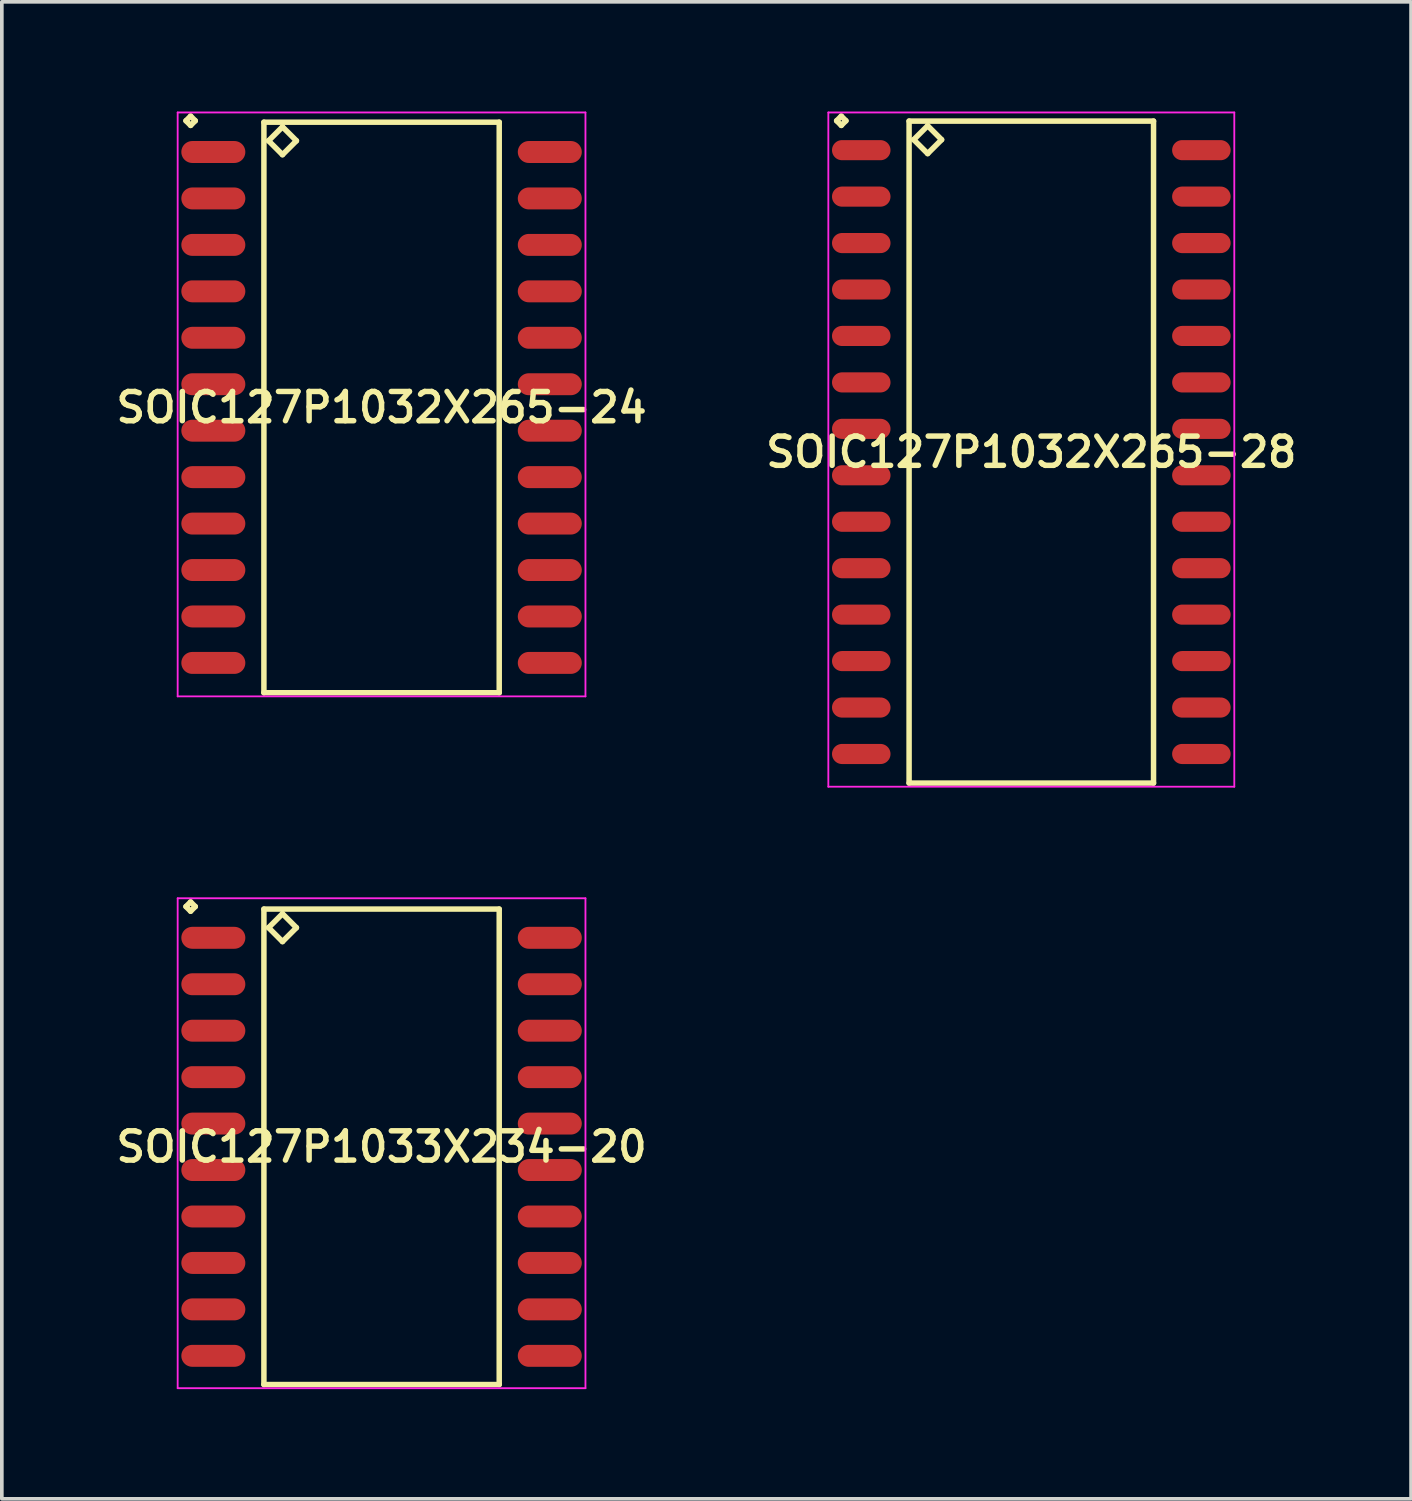
<source format=kicad_pcb>
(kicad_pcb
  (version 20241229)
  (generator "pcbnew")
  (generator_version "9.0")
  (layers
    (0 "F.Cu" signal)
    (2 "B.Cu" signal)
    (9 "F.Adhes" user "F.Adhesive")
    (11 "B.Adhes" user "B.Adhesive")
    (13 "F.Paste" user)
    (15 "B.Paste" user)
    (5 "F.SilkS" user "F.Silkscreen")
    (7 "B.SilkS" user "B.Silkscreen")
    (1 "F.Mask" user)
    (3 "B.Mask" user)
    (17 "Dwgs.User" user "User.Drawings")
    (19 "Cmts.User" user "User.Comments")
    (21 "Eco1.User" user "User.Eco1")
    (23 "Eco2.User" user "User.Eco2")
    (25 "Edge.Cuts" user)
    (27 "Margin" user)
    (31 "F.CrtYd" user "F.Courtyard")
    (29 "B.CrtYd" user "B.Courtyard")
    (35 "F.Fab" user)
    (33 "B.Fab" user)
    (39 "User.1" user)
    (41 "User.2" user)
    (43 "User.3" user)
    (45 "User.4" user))
  (footprint "SOIC127P1032X265-28"
    (layer "F.Cu")
    (at 25.149 9.311)
    (property "Reference" "SOIC127P1032X265-28" (at 0 0 0) (layer "F.SilkS") (effects (font (size 0.8 0.8) (thickness 0.15))))
    (attr smd)
    (fp_line (start -5.323 -9.059) (end -5.196 -9.186) (stroke (width 0.15) (type solid)) (layer "F.SilkS"))
    (fp_line (start -5.196 -9.186) (end -5.069 -9.059) (stroke (width 0.15) (type solid)) (layer "F.SilkS"))
    (fp_line (start -5.196 -8.932) (end -5.323 -9.059) (stroke (width 0.15) (type solid)) (layer "F.SilkS"))
    (fp_line (start -5.069 -9.059) (end -5.196 -8.932) (stroke (width 0.15) (type solid)) (layer "F.SilkS"))
    (fp_line (start -3.342 -9.05) (end -3.342 9.05) (stroke (width 0.15) (type solid)) (layer "F.SilkS"))
    (fp_line (start -3.342 9.05) (end 3.342 9.05) (stroke (width 0.15) (type solid)) (layer "F.SilkS"))
    (fp_line (start -3.215 -8.542) (end -2.834 -8.923) (stroke (width 0.15) (type solid)) (layer "F.SilkS"))
    (fp_line (start -2.834 -8.923) (end -2.453 -8.542) (stroke (width 0.15) (type solid)) (layer "F.SilkS"))
    (fp_line (start -2.834 -8.161) (end -3.215 -8.542) (stroke (width 0.15) (type solid)) (layer "F.SilkS"))
    (fp_line (start -2.453 -8.542) (end -2.834 -8.161) (stroke (width 0.15) (type solid)) (layer "F.SilkS"))
    (fp_line (start 3.342 -9.05) (end -3.342 -9.05) (stroke (width 0.15) (type solid)) (layer "F.SilkS"))
    (fp_line (start 3.342 9.05) (end 3.342 -9.05) (stroke (width 0.15) (type solid)) (layer "F.SilkS"))
    (fp_line (start -5.55 -9.286) (end 5.55 -9.286) (stroke (width 0.05) (type solid)) (layer "F.CrtYd"))
    (fp_line (start -5.55 9.15) (end -5.55 -9.286) (stroke (width 0.05) (type solid)) (layer "F.CrtYd"))
    (fp_line (start 5.55 -9.286) (end 5.55 9.15) (stroke (width 0.05) (type solid)) (layer "F.CrtYd"))
    (fp_line (start 5.55 9.15) (end -5.55 9.15) (stroke (width 0.05) (type solid)) (layer "F.CrtYd"))
    (pad "1" smd oval (at -4.65 -8.255) (size 1.6 0.55) (layers "F.Cu" "F.Mask" "F.Paste"))
    (pad "2" smd oval (at -4.65 -6.985) (size 1.6 0.55) (layers "F.Cu" "F.Mask" "F.Paste"))
    (pad "3" smd oval (at -4.65 -5.715) (size 1.6 0.55) (layers "F.Cu" "F.Mask" "F.Paste"))
    (pad "4" smd oval (at -4.65 -4.445) (size 1.6 0.55) (layers "F.Cu" "F.Mask" "F.Paste"))
    (pad "5" smd oval (at -4.65 -3.175) (size 1.6 0.55) (layers "F.Cu" "F.Mask" "F.Paste"))
    (pad "6" smd oval (at -4.65 -1.905) (size 1.6 0.55) (layers "F.Cu" "F.Mask" "F.Paste"))
    (pad "7" smd oval (at -4.65 -0.635) (size 1.6 0.55) (layers "F.Cu" "F.Mask" "F.Paste"))
    (pad "8" smd oval (at -4.65 0.635) (size 1.6 0.55) (layers "F.Cu" "F.Mask" "F.Paste"))
    (pad "9" smd oval (at -4.65 1.905) (size 1.6 0.55) (layers "F.Cu" "F.Mask" "F.Paste"))
    (pad "10" smd oval (at -4.65 3.175) (size 1.6 0.55) (layers "F.Cu" "F.Mask" "F.Paste"))
    (pad "11" smd oval (at -4.65 4.445) (size 1.6 0.55) (layers "F.Cu" "F.Mask" "F.Paste"))
    (pad "12" smd oval (at -4.65 5.715) (size 1.6 0.55) (layers "F.Cu" "F.Mask" "F.Paste"))
    (pad "13" smd oval (at -4.65 6.985) (size 1.6 0.55) (layers "F.Cu" "F.Mask" "F.Paste"))
    (pad "14" smd oval (at -4.65 8.255) (size 1.6 0.55) (layers "F.Cu" "F.Mask" "F.Paste"))
    (pad "15" smd oval (at 4.65 8.255) (size 1.6 0.55) (layers "F.Cu" "F.Mask" "F.Paste"))
    (pad "16" smd oval (at 4.65 6.985) (size 1.6 0.55) (layers "F.Cu" "F.Mask" "F.Paste"))
    (pad "17" smd oval (at 4.65 5.715) (size 1.6 0.55) (layers "F.Cu" "F.Mask" "F.Paste"))
    (pad "18" smd oval (at 4.65 4.445) (size 1.6 0.55) (layers "F.Cu" "F.Mask" "F.Paste"))
    (pad "19" smd oval (at 4.65 3.175) (size 1.6 0.55) (layers "F.Cu" "F.Mask" "F.Paste"))
    (pad "20" smd oval (at 4.65 1.905) (size 1.6 0.55) (layers "F.Cu" "F.Mask" "F.Paste"))
    (pad "21" smd oval (at 4.65 0.635) (size 1.6 0.55) (layers "F.Cu" "F.Mask" "F.Paste"))
    (pad "22" smd oval (at 4.65 -0.635) (size 1.6 0.55) (layers "F.Cu" "F.Mask" "F.Paste"))
    (pad "23" smd oval (at 4.65 -1.905) (size 1.6 0.55) (layers "F.Cu" "F.Mask" "F.Paste"))
    (pad "24" smd oval (at 4.65 -3.175) (size 1.6 0.55) (layers "F.Cu" "F.Mask" "F.Paste"))
    (pad "25" smd oval (at 4.65 -4.445) (size 1.6 0.55) (layers "F.Cu" "F.Mask" "F.Paste"))
    (pad "26" smd oval (at 4.65 -5.715) (size 1.6 0.55) (layers "F.Cu" "F.Mask" "F.Paste"))
    (pad "27" smd oval (at 4.65 -6.985) (size 1.6 0.55) (layers "F.Cu" "F.Mask" "F.Paste"))
    (pad "28" smd oval (at 4.65 -8.255) (size 1.6 0.55) (layers "F.Cu" "F.Mask" "F.Paste")))
  (footprint "SOIC127P1032X265-24"
    (layer "F.Cu")
    (at 7.383 8.091)
    (property "Reference" "SOIC127P1032X265-24" (at 0 0 0) (layer "F.SilkS") (effects (font (size 0.8 0.8) (thickness 0.15))))
    (attr smd)
    (fp_line (start -5.348 -7.839) (end -5.221 -7.966) (stroke (width 0.15) (type solid)) (layer "F.SilkS"))
    (fp_line (start -5.221 -7.966) (end -5.094 -7.839) (stroke (width 0.15) (type solid)) (layer "F.SilkS"))
    (fp_line (start -5.221 -7.712) (end -5.348 -7.839) (stroke (width 0.15) (type solid)) (layer "F.SilkS"))
    (fp_line (start -5.094 -7.839) (end -5.221 -7.712) (stroke (width 0.15) (type solid)) (layer "F.SilkS"))
    (fp_line (start -3.217 -7.8) (end -3.217 7.8) (stroke (width 0.15) (type solid)) (layer "F.SilkS"))
    (fp_line (start -3.217 7.8) (end 3.217 7.8) (stroke (width 0.15) (type solid)) (layer "F.SilkS"))
    (fp_line (start -3.09 -7.292) (end -2.709 -7.673) (stroke (width 0.15) (type solid)) (layer "F.SilkS"))
    (fp_line (start -2.709 -7.673) (end -2.328 -7.292) (stroke (width 0.15) (type solid)) (layer "F.SilkS"))
    (fp_line (start -2.709 -6.911) (end -3.09 -7.292) (stroke (width 0.15) (type solid)) (layer "F.SilkS"))
    (fp_line (start -2.328 -7.292) (end -2.709 -6.911) (stroke (width 0.15) (type solid)) (layer "F.SilkS"))
    (fp_line (start 3.217 -7.8) (end -3.217 -7.8) (stroke (width 0.15) (type solid)) (layer "F.SilkS"))
    (fp_line (start 3.217 7.8) (end 3.217 -7.8) (stroke (width 0.15) (type solid)) (layer "F.SilkS"))
    (fp_line (start -5.575 -8.066) (end 5.575 -8.066) (stroke (width 0.05) (type solid)) (layer "F.CrtYd"))
    (fp_line (start -5.575 7.9) (end -5.575 -8.066) (stroke (width 0.05) (type solid)) (layer "F.CrtYd"))
    (fp_line (start 5.575 -8.066) (end 5.575 7.9) (stroke (width 0.05) (type solid)) (layer "F.CrtYd"))
    (fp_line (start 5.575 7.9) (end -5.575 7.9) (stroke (width 0.05) (type solid)) (layer "F.CrtYd"))
    (pad "1" smd oval (at -4.6 -6.985) (size 1.75 0.6) (layers "F.Cu" "F.Mask" "F.Paste"))
    (pad "2" smd oval (at -4.6 -5.715) (size 1.75 0.6) (layers "F.Cu" "F.Mask" "F.Paste"))
    (pad "3" smd oval (at -4.6 -4.445) (size 1.75 0.6) (layers "F.Cu" "F.Mask" "F.Paste"))
    (pad "4" smd oval (at -4.6 -3.175) (size 1.75 0.6) (layers "F.Cu" "F.Mask" "F.Paste"))
    (pad "5" smd oval (at -4.6 -1.905) (size 1.75 0.6) (layers "F.Cu" "F.Mask" "F.Paste"))
    (pad "6" smd oval (at -4.6 -0.635) (size 1.75 0.6) (layers "F.Cu" "F.Mask" "F.Paste"))
    (pad "7" smd oval (at -4.6 0.635) (size 1.75 0.6) (layers "F.Cu" "F.Mask" "F.Paste"))
    (pad "8" smd oval (at -4.6 1.905) (size 1.75 0.6) (layers "F.Cu" "F.Mask" "F.Paste"))
    (pad "9" smd oval (at -4.6 3.175) (size 1.75 0.6) (layers "F.Cu" "F.Mask" "F.Paste"))
    (pad "10" smd oval (at -4.6 4.445) (size 1.75 0.6) (layers "F.Cu" "F.Mask" "F.Paste"))
    (pad "11" smd oval (at -4.6 5.715) (size 1.75 0.6) (layers "F.Cu" "F.Mask" "F.Paste"))
    (pad "12" smd oval (at -4.6 6.985) (size 1.75 0.6) (layers "F.Cu" "F.Mask" "F.Paste"))
    (pad "13" smd oval (at 4.6 6.985) (size 1.75 0.6) (layers "F.Cu" "F.Mask" "F.Paste"))
    (pad "14" smd oval (at 4.6 5.715) (size 1.75 0.6) (layers "F.Cu" "F.Mask" "F.Paste"))
    (pad "15" smd oval (at 4.6 4.445) (size 1.75 0.6) (layers "F.Cu" "F.Mask" "F.Paste"))
    (pad "16" smd oval (at 4.6 3.175) (size 1.75 0.6) (layers "F.Cu" "F.Mask" "F.Paste"))
    (pad "17" smd oval (at 4.6 1.905) (size 1.75 0.6) (layers "F.Cu" "F.Mask" "F.Paste"))
    (pad "18" smd oval (at 4.6 0.635) (size 1.75 0.6) (layers "F.Cu" "F.Mask" "F.Paste"))
    (pad "19" smd oval (at 4.6 -0.635) (size 1.75 0.6) (layers "F.Cu" "F.Mask" "F.Paste"))
    (pad "20" smd oval (at 4.6 -1.905) (size 1.75 0.6) (layers "F.Cu" "F.Mask" "F.Paste"))
    (pad "21" smd oval (at 4.6 -3.175) (size 1.75 0.6) (layers "F.Cu" "F.Mask" "F.Paste"))
    (pad "22" smd oval (at 4.6 -4.445) (size 1.75 0.6) (layers "F.Cu" "F.Mask" "F.Paste"))
    (pad "23" smd oval (at 4.6 -5.715) (size 1.75 0.6) (layers "F.Cu" "F.Mask" "F.Paste"))
    (pad "24" smd oval (at 4.6 -6.985) (size 1.75 0.6) (layers "F.Cu" "F.Mask" "F.Paste")))
  (footprint "SOIC127P1033X234-20"
    (layer "F.Cu")
    (at 7.383 28.307)
    (property "Reference" "SOIC127P1033X234-20" (at 0 0 0) (layer "F.SilkS") (effects (font (size 0.8 0.8) (thickness 0.15))))
    (attr smd)
    (fp_line (start -5.348 -6.569) (end -5.221 -6.696) (stroke (width 0.15) (type solid)) (layer "F.SilkS"))
    (fp_line (start -5.221 -6.696) (end -5.094 -6.569) (stroke (width 0.15) (type solid)) (layer "F.SilkS"))
    (fp_line (start -5.221 -6.442) (end -5.348 -6.569) (stroke (width 0.15) (type solid)) (layer "F.SilkS"))
    (fp_line (start -5.094 -6.569) (end -5.221 -6.442) (stroke (width 0.15) (type solid)) (layer "F.SilkS"))
    (fp_line (start -3.217 -6.5) (end -3.217 6.5) (stroke (width 0.15) (type solid)) (layer "F.SilkS"))
    (fp_line (start -3.217 6.5) (end 3.217 6.5) (stroke (width 0.15) (type solid)) (layer "F.SilkS"))
    (fp_line (start -3.09 -5.992) (end -2.709 -6.373) (stroke (width 0.15) (type solid)) (layer "F.SilkS"))
    (fp_line (start -2.709 -6.373) (end -2.328 -5.992) (stroke (width 0.15) (type solid)) (layer "F.SilkS"))
    (fp_line (start -2.709 -5.611) (end -3.09 -5.992) (stroke (width 0.15) (type solid)) (layer "F.SilkS"))
    (fp_line (start -2.328 -5.992) (end -2.709 -5.611) (stroke (width 0.15) (type solid)) (layer "F.SilkS"))
    (fp_line (start 3.217 -6.5) (end -3.217 -6.5) (stroke (width 0.15) (type solid)) (layer "F.SilkS"))
    (fp_line (start 3.217 6.5) (end 3.217 -6.5) (stroke (width 0.15) (type solid)) (layer "F.SilkS"))
    (fp_line (start -5.575 -6.796) (end 5.575 -6.796) (stroke (width 0.05) (type solid)) (layer "F.CrtYd"))
    (fp_line (start -5.575 6.6) (end -5.575 -6.796) (stroke (width 0.05) (type solid)) (layer "F.CrtYd"))
    (fp_line (start 5.575 -6.796) (end 5.575 6.6) (stroke (width 0.05) (type solid)) (layer "F.CrtYd"))
    (fp_line (start 5.575 6.6) (end -5.575 6.6) (stroke (width 0.05) (type solid)) (layer "F.CrtYd"))
    (pad "1" smd oval (at -4.6 -5.715) (size 1.75 0.6) (layers "F.Cu" "F.Mask" "F.Paste"))
    (pad "2" smd oval (at -4.6 -4.445) (size 1.75 0.6) (layers "F.Cu" "F.Mask" "F.Paste"))
    (pad "3" smd oval (at -4.6 -3.175) (size 1.75 0.6) (layers "F.Cu" "F.Mask" "F.Paste"))
    (pad "4" smd oval (at -4.6 -1.905) (size 1.75 0.6) (layers "F.Cu" "F.Mask" "F.Paste"))
    (pad "5" smd oval (at -4.6 -0.635) (size 1.75 0.6) (layers "F.Cu" "F.Mask" "F.Paste"))
    (pad "6" smd oval (at -4.6 0.635) (size 1.75 0.6) (layers "F.Cu" "F.Mask" "F.Paste"))
    (pad "7" smd oval (at -4.6 1.905) (size 1.75 0.6) (layers "F.Cu" "F.Mask" "F.Paste"))
    (pad "8" smd oval (at -4.6 3.175) (size 1.75 0.6) (layers "F.Cu" "F.Mask" "F.Paste"))
    (pad "9" smd oval (at -4.6 4.445) (size 1.75 0.6) (layers "F.Cu" "F.Mask" "F.Paste"))
    (pad "10" smd oval (at -4.6 5.715) (size 1.75 0.6) (layers "F.Cu" "F.Mask" "F.Paste"))
    (pad "11" smd oval (at 4.6 5.715) (size 1.75 0.6) (layers "F.Cu" "F.Mask" "F.Paste"))
    (pad "12" smd oval (at 4.6 4.445) (size 1.75 0.6) (layers "F.Cu" "F.Mask" "F.Paste"))
    (pad "13" smd oval (at 4.6 3.175) (size 1.75 0.6) (layers "F.Cu" "F.Mask" "F.Paste"))
    (pad "14" smd oval (at 4.6 1.905) (size 1.75 0.6) (layers "F.Cu" "F.Mask" "F.Paste"))
    (pad "15" smd oval (at 4.6 0.635) (size 1.75 0.6) (layers "F.Cu" "F.Mask" "F.Paste"))
    (pad "16" smd oval (at 4.6 -0.635) (size 1.75 0.6) (layers "F.Cu" "F.Mask" "F.Paste"))
    (pad "17" smd oval (at 4.6 -1.905) (size 1.75 0.6) (layers "F.Cu" "F.Mask" "F.Paste"))
    (pad "18" smd oval (at 4.6 -3.175) (size 1.75 0.6) (layers "F.Cu" "F.Mask" "F.Paste"))
    (pad "19" smd oval (at 4.6 -4.445) (size 1.75 0.6) (layers "F.Cu" "F.Mask" "F.Paste"))
    (pad "20" smd oval (at 4.6 -5.715) (size 1.75 0.6) (layers "F.Cu" "F.Mask" "F.Paste")))
  (gr_rect
    (start -3 -3)
    (end 35.532 37.932)
    (stroke (width 0.1) (type default))
    (fill no)
    (layer "Edge.Cuts")))
</source>
